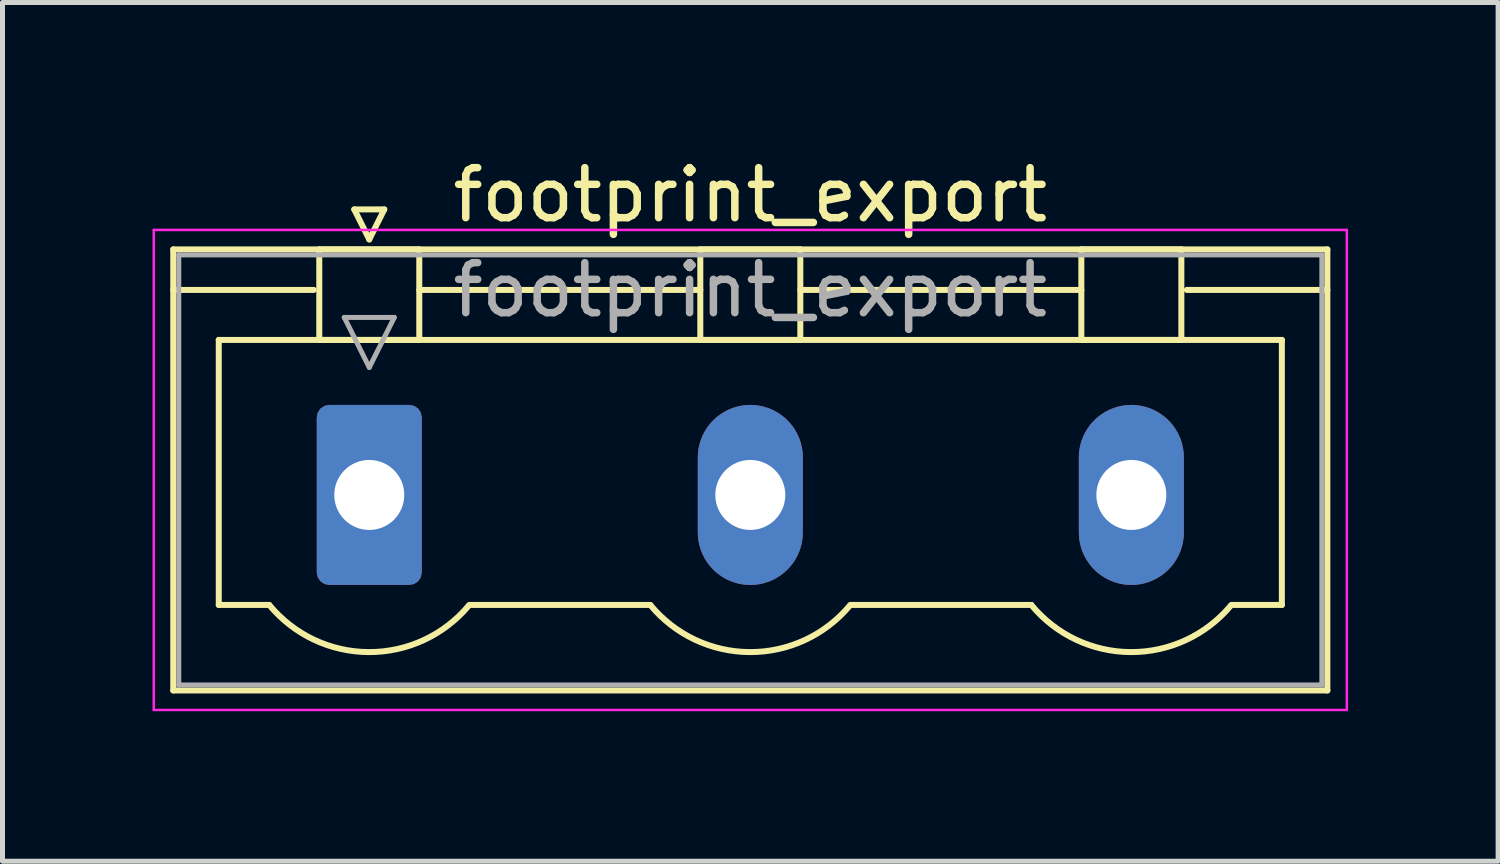
<source format=kicad_pcb>
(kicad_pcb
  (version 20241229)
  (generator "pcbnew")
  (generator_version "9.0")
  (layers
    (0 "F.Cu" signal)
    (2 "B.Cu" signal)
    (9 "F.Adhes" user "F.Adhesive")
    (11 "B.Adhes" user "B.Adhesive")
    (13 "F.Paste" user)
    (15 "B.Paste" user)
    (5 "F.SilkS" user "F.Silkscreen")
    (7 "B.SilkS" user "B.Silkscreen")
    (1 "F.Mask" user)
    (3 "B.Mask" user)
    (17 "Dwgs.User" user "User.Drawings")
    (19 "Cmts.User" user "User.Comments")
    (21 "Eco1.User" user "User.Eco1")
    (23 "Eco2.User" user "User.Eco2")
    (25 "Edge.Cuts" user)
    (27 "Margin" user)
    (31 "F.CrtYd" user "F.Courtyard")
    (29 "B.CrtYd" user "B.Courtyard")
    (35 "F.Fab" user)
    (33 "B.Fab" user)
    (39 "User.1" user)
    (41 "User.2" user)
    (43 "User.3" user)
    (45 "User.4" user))
  (footprint "footprint_export"
    (layer "F.Cu")
    (at 4.335 6.848)
    (property "Reference" "footprint_export" (at 7.62 -6 0) (layer "F.SilkS") (effects (font (size 1 1) (thickness 0.15))))
    (attr through_hole)
    (fp_line (start -3.92 -4.91) (end -3.92 3.91) (stroke (width 0.12) (type solid)) (layer "F.SilkS"))
    (fp_line (start -3.92 -4.1) (end -1.11 -4.1) (stroke (width 0.12) (type solid)) (layer "F.SilkS"))
    (fp_line (start -3.92 3.91) (end 19.16 3.91) (stroke (width 0.12) (type solid)) (layer "F.SilkS"))
    (fp_line (start -3.01 -3.1) (end 18.25 -3.1) (stroke (width 0.12) (type solid)) (layer "F.SilkS"))
    (fp_line (start -3.01 2.2) (end -3.01 -3.1) (stroke (width 0.12) (type solid)) (layer "F.SilkS"))
    (fp_line (start -2 2.2) (end -3.01 2.2) (stroke (width 0.12) (type solid)) (layer "F.SilkS"))
    (fp_line (start -1 -4.91) (end 1 -4.91) (stroke (width 0.12) (type solid)) (layer "F.SilkS"))
    (fp_line (start -1 -3.1) (end -1 -4.91) (stroke (width 0.12) (type solid)) (layer "F.SilkS"))
    (fp_line (start -0.3 -5.71) (end 0.3 -5.71) (stroke (width 0.12) (type solid)) (layer "F.SilkS"))
    (fp_line (start 0 -5.11) (end -0.3 -5.71) (stroke (width 0.12) (type solid)) (layer "F.SilkS"))
    (fp_line (start 0.3 -5.71) (end 0 -5.11) (stroke (width 0.12) (type solid)) (layer "F.SilkS"))
    (fp_line (start 1 -4.91) (end 1 -3.1) (stroke (width 0.12) (type solid)) (layer "F.SilkS"))
    (fp_line (start 1 -4.1) (end 6.62 -4.1) (stroke (width 0.12) (type solid)) (layer "F.SilkS"))
    (fp_line (start 1 -3.1) (end -1 -3.1) (stroke (width 0.12) (type solid)) (layer "F.SilkS"))
    (fp_line (start 2 2.2) (end 5.62 2.2) (stroke (width 0.12) (type solid)) (layer "F.SilkS"))
    (fp_line (start 6.62 -4.91) (end 8.62 -4.91) (stroke (width 0.12) (type solid)) (layer "F.SilkS"))
    (fp_line (start 6.62 -3.1) (end 6.62 -4.91) (stroke (width 0.12) (type solid)) (layer "F.SilkS"))
    (fp_line (start 8.62 -4.91) (end 8.62 -3.1) (stroke (width 0.12) (type solid)) (layer "F.SilkS"))
    (fp_line (start 8.62 -4.1) (end 14.24 -4.1) (stroke (width 0.12) (type solid)) (layer "F.SilkS"))
    (fp_line (start 8.62 -3.1) (end 6.62 -3.1) (stroke (width 0.12) (type solid)) (layer "F.SilkS"))
    (fp_line (start 9.62 2.2) (end 13.24 2.2) (stroke (width 0.12) (type solid)) (layer "F.SilkS"))
    (fp_line (start 14.24 -4.91) (end 16.24 -4.91) (stroke (width 0.12) (type solid)) (layer "F.SilkS"))
    (fp_line (start 14.24 -3.1) (end 14.24 -4.91) (stroke (width 0.12) (type solid)) (layer "F.SilkS"))
    (fp_line (start 16.24 -4.91) (end 16.24 -3.1) (stroke (width 0.12) (type solid)) (layer "F.SilkS"))
    (fp_line (start 16.24 -3.1) (end 14.24 -3.1) (stroke (width 0.12) (type solid)) (layer "F.SilkS"))
    (fp_line (start 18.25 -3.1) (end 18.25 2.2) (stroke (width 0.12) (type solid)) (layer "F.SilkS"))
    (fp_line (start 18.25 2.2) (end 17.24 2.2) (stroke (width 0.12) (type solid)) (layer "F.SilkS"))
    (fp_line (start 19.16 -4.91) (end -3.92 -4.91) (stroke (width 0.12) (type solid)) (layer "F.SilkS"))
    (fp_line (start 19.16 -4.1) (end 16.35 -4.1) (stroke (width 0.12) (type solid)) (layer "F.SilkS"))
    (fp_line (start 19.16 3.91) (end 19.16 -4.91) (stroke (width 0.12) (type solid)) (layer "F.SilkS"))
    (fp_arc (start 1.986842 2.215821) (mid -0.010289 3.142758) (end -2 2.2) (stroke (width 0.12) (type solid)) (layer "F.SilkS"))
    (fp_arc (start 9.606842 2.215821) (mid 7.609711 3.142758) (end 5.62 2.2) (stroke (width 0.12) (type solid)) (layer "F.SilkS"))
    (fp_arc (start 17.226842 2.215821) (mid 15.229711 3.142758) (end 13.24 2.2) (stroke (width 0.12) (type solid)) (layer "F.SilkS"))
    (fp_line (start -4.31 -5.3) (end -4.31 4.3) (stroke (width 0.05) (type solid)) (layer "F.CrtYd"))
    (fp_line (start -4.31 4.3) (end 19.55 4.3) (stroke (width 0.05) (type solid)) (layer "F.CrtYd"))
    (fp_line (start 19.55 -5.3) (end -4.31 -5.3) (stroke (width 0.05) (type solid)) (layer "F.CrtYd"))
    (fp_line (start 19.55 4.3) (end 19.55 -5.3) (stroke (width 0.05) (type solid)) (layer "F.CrtYd"))
    (fp_line (start -3.81 -4.8) (end -3.81 3.8) (stroke (width 0.1) (type solid)) (layer "F.Fab"))
    (fp_line (start -3.81 3.8) (end 19.05 3.8) (stroke (width 0.1) (type solid)) (layer "F.Fab"))
    (fp_line (start -0.5 -3.55) (end 0.5 -3.55) (stroke (width 0.1) (type solid)) (layer "F.Fab"))
    (fp_line (start 0 -2.55) (end -0.5 -3.55) (stroke (width 0.1) (type solid)) (layer "F.Fab"))
    (fp_line (start 0.5 -3.55) (end 0 -2.55) (stroke (width 0.1) (type solid)) (layer "F.Fab"))
    (fp_line (start 19.05 -4.8) (end -3.81 -4.8) (stroke (width 0.1) (type solid)) (layer "F.Fab"))
    (fp_line (start 19.05 3.8) (end 19.05 -4.8) (stroke (width 0.1) (type solid)) (layer "F.Fab"))
    (fp_text user "${REFERENCE}" (at 7.62 -4.1 0) (layer "F.Fab") (effects (font (size 1 1) (thickness 0.15))))
    (pad "1" thru_hole roundrect (at 0 0) (size 2.1 3.6) (drill 1.4) (layers "*.Cu" "*.Mask") (roundrect_rratio 0.119))
    (pad "2" thru_hole oval (at 7.62 0) (size 2.1 3.6) (drill 1.4) (layers "*.Cu" "*.Mask"))
    (pad "3" thru_hole oval (at 15.24 0) (size 2.1 3.6) (drill 1.4) (layers "*.Cu" "*.Mask")))
  (gr_rect
    (start -3 -3)
    (end 26.91 14.173)
    (stroke (width 0.1) (type default))
    (fill no)
    (layer "Edge.Cuts")))
</source>
